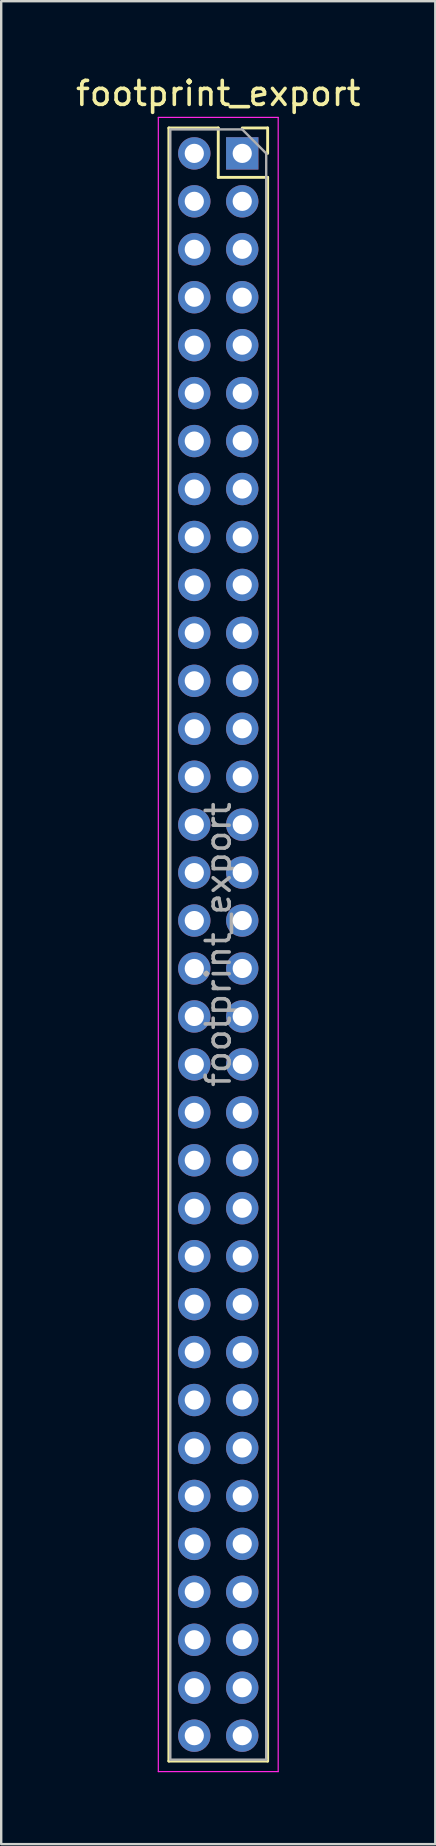
<source format=kicad_pcb>
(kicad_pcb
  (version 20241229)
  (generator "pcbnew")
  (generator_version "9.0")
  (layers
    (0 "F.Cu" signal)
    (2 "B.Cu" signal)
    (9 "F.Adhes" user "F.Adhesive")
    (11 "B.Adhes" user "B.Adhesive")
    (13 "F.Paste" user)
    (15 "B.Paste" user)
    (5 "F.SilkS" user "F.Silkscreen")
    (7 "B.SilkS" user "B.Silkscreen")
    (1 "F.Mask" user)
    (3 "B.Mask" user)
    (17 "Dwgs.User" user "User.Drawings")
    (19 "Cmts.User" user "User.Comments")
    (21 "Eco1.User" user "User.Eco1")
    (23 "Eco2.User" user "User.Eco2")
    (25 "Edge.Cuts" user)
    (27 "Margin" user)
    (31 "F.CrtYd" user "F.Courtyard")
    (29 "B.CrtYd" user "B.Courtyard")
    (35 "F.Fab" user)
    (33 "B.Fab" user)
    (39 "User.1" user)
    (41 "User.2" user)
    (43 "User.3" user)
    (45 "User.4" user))
  (footprint "footprint_export"
    (layer "F.Cu")
    (at 7.054 3.348)
    (property "Reference" "footprint_export" (at -1 -2.5 0) (layer "F.SilkS") (effects (font (size 1 1) (thickness 0.15))))
    (attr through_hole)
    (fp_line (start -3.06 -1.06) (end -3.06 67.06) (stroke (width 0.12) (type solid)) (layer "F.SilkS"))
    (fp_line (start -3.06 -1.06) (end -1 -1.06) (stroke (width 0.12) (type solid)) (layer "F.SilkS"))
    (fp_line (start -3.06 67.06) (end 1.06 67.06) (stroke (width 0.12) (type solid)) (layer "F.SilkS"))
    (fp_line (start -1 -1.06) (end -1 1) (stroke (width 0.12) (type solid)) (layer "F.SilkS"))
    (fp_line (start -1 1) (end 1.06 1) (stroke (width 0.12) (type solid)) (layer "F.SilkS"))
    (fp_line (start 0 -1.06) (end 1.06 -1.06) (stroke (width 0.12) (type solid)) (layer "F.SilkS"))
    (fp_line (start 1.06 -1.06) (end 1.06 0) (stroke (width 0.12) (type solid)) (layer "F.SilkS"))
    (fp_line (start 1.06 1) (end 1.06 67.06) (stroke (width 0.12) (type solid)) (layer "F.SilkS"))
    (fp_line (start -3.5 -1.5) (end 1.5 -1.5) (stroke (width 0.05) (type solid)) (layer "F.CrtYd"))
    (fp_line (start -3.5 67.5) (end -3.5 -1.5) (stroke (width 0.05) (type solid)) (layer "F.CrtYd"))
    (fp_line (start 1.5 -1.5) (end 1.5 67.5) (stroke (width 0.05) (type solid)) (layer "F.CrtYd"))
    (fp_line (start 1.5 67.5) (end -3.5 67.5) (stroke (width 0.05) (type solid)) (layer "F.CrtYd"))
    (fp_line (start -3 -1) (end 0 -1) (stroke (width 0.1) (type solid)) (layer "F.Fab"))
    (fp_line (start -3 67) (end -3 -1) (stroke (width 0.1) (type solid)) (layer "F.Fab"))
    (fp_line (start 0 -1) (end 1 0) (stroke (width 0.1) (type solid)) (layer "F.Fab"))
    (fp_line (start 1 0) (end 1 67) (stroke (width 0.1) (type solid)) (layer "F.Fab"))
    (fp_line (start 1 67) (end -3 67) (stroke (width 0.1) (type solid)) (layer "F.Fab"))
    (fp_text user "${REFERENCE}" (at -1 33 90) (layer "F.Fab") (effects (font (size 1 1) (thickness 0.15))))
    (pad "1" thru_hole rect (at 0 0) (size 1.35 1.35) (drill 0.8) (layers "*.Cu" "*.Mask"))
    (pad "2" thru_hole oval (at -2 0) (size 1.35 1.35) (drill 0.8) (layers "*.Cu" "*.Mask"))
    (pad "3" thru_hole oval (at 0 2) (size 1.35 1.35) (drill 0.8) (layers "*.Cu" "*.Mask"))
    (pad "4" thru_hole oval (at -2 2) (size 1.35 1.35) (drill 0.8) (layers "*.Cu" "*.Mask"))
    (pad "5" thru_hole oval (at 0 4) (size 1.35 1.35) (drill 0.8) (layers "*.Cu" "*.Mask"))
    (pad "6" thru_hole oval (at -2 4) (size 1.35 1.35) (drill 0.8) (layers "*.Cu" "*.Mask"))
    (pad "7" thru_hole oval (at 0 6) (size 1.35 1.35) (drill 0.8) (layers "*.Cu" "*.Mask"))
    (pad "8" thru_hole oval (at -2 6) (size 1.35 1.35) (drill 0.8) (layers "*.Cu" "*.Mask"))
    (pad "9" thru_hole oval (at 0 8) (size 1.35 1.35) (drill 0.8) (layers "*.Cu" "*.Mask"))
    (pad "10" thru_hole oval (at -2 8) (size 1.35 1.35) (drill 0.8) (layers "*.Cu" "*.Mask"))
    (pad "11" thru_hole oval (at 0 10) (size 1.35 1.35) (drill 0.8) (layers "*.Cu" "*.Mask"))
    (pad "12" thru_hole oval (at -2 10) (size 1.35 1.35) (drill 0.8) (layers "*.Cu" "*.Mask"))
    (pad "13" thru_hole oval (at 0 12) (size 1.35 1.35) (drill 0.8) (layers "*.Cu" "*.Mask"))
    (pad "14" thru_hole oval (at -2 12) (size 1.35 1.35) (drill 0.8) (layers "*.Cu" "*.Mask"))
    (pad "15" thru_hole oval (at 0 14) (size 1.35 1.35) (drill 0.8) (layers "*.Cu" "*.Mask"))
    (pad "16" thru_hole oval (at -2 14) (size 1.35 1.35) (drill 0.8) (layers "*.Cu" "*.Mask"))
    (pad "17" thru_hole oval (at 0 16) (size 1.35 1.35) (drill 0.8) (layers "*.Cu" "*.Mask"))
    (pad "18" thru_hole oval (at -2 16) (size 1.35 1.35) (drill 0.8) (layers "*.Cu" "*.Mask"))
    (pad "19" thru_hole oval (at 0 18) (size 1.35 1.35) (drill 0.8) (layers "*.Cu" "*.Mask"))
    (pad "20" thru_hole oval (at -2 18) (size 1.35 1.35) (drill 0.8) (layers "*.Cu" "*.Mask"))
    (pad "21" thru_hole oval (at 0 20) (size 1.35 1.35) (drill 0.8) (layers "*.Cu" "*.Mask"))
    (pad "22" thru_hole oval (at -2 20) (size 1.35 1.35) (drill 0.8) (layers "*.Cu" "*.Mask"))
    (pad "23" thru_hole oval (at 0 22) (size 1.35 1.35) (drill 0.8) (layers "*.Cu" "*.Mask"))
    (pad "24" thru_hole oval (at -2 22) (size 1.35 1.35) (drill 0.8) (layers "*.Cu" "*.Mask"))
    (pad "25" thru_hole oval (at 0 24) (size 1.35 1.35) (drill 0.8) (layers "*.Cu" "*.Mask"))
    (pad "26" thru_hole oval (at -2 24) (size 1.35 1.35) (drill 0.8) (layers "*.Cu" "*.Mask"))
    (pad "27" thru_hole oval (at 0 26) (size 1.35 1.35) (drill 0.8) (layers "*.Cu" "*.Mask"))
    (pad "28" thru_hole oval (at -2 26) (size 1.35 1.35) (drill 0.8) (layers "*.Cu" "*.Mask"))
    (pad "29" thru_hole oval (at 0 28) (size 1.35 1.35) (drill 0.8) (layers "*.Cu" "*.Mask"))
    (pad "30" thru_hole oval (at -2 28) (size 1.35 1.35) (drill 0.8) (layers "*.Cu" "*.Mask"))
    (pad "31" thru_hole oval (at 0 30) (size 1.35 1.35) (drill 0.8) (layers "*.Cu" "*.Mask"))
    (pad "32" thru_hole oval (at -2 30) (size 1.35 1.35) (drill 0.8) (layers "*.Cu" "*.Mask"))
    (pad "33" thru_hole oval (at 0 32) (size 1.35 1.35) (drill 0.8) (layers "*.Cu" "*.Mask"))
    (pad "34" thru_hole oval (at -2 32) (size 1.35 1.35) (drill 0.8) (layers "*.Cu" "*.Mask"))
    (pad "35" thru_hole oval (at 0 34) (size 1.35 1.35) (drill 0.8) (layers "*.Cu" "*.Mask"))
    (pad "36" thru_hole oval (at -2 34) (size 1.35 1.35) (drill 0.8) (layers "*.Cu" "*.Mask"))
    (pad "37" thru_hole oval (at 0 36) (size 1.35 1.35) (drill 0.8) (layers "*.Cu" "*.Mask"))
    (pad "38" thru_hole oval (at -2 36) (size 1.35 1.35) (drill 0.8) (layers "*.Cu" "*.Mask"))
    (pad "39" thru_hole oval (at 0 38) (size 1.35 1.35) (drill 0.8) (layers "*.Cu" "*.Mask"))
    (pad "40" thru_hole oval (at -2 38) (size 1.35 1.35) (drill 0.8) (layers "*.Cu" "*.Mask"))
    (pad "41" thru_hole oval (at 0 40) (size 1.35 1.35) (drill 0.8) (layers "*.Cu" "*.Mask"))
    (pad "42" thru_hole oval (at -2 40) (size 1.35 1.35) (drill 0.8) (layers "*.Cu" "*.Mask"))
    (pad "43" thru_hole oval (at 0 42) (size 1.35 1.35) (drill 0.8) (layers "*.Cu" "*.Mask"))
    (pad "44" thru_hole oval (at -2 42) (size 1.35 1.35) (drill 0.8) (layers "*.Cu" "*.Mask"))
    (pad "45" thru_hole oval (at 0 44) (size 1.35 1.35) (drill 0.8) (layers "*.Cu" "*.Mask"))
    (pad "46" thru_hole oval (at -2 44) (size 1.35 1.35) (drill 0.8) (layers "*.Cu" "*.Mask"))
    (pad "47" thru_hole oval (at 0 46) (size 1.35 1.35) (drill 0.8) (layers "*.Cu" "*.Mask"))
    (pad "48" thru_hole oval (at -2 46) (size 1.35 1.35) (drill 0.8) (layers "*.Cu" "*.Mask"))
    (pad "49" thru_hole oval (at 0 48) (size 1.35 1.35) (drill 0.8) (layers "*.Cu" "*.Mask"))
    (pad "50" thru_hole oval (at -2 48) (size 1.35 1.35) (drill 0.8) (layers "*.Cu" "*.Mask"))
    (pad "51" thru_hole oval (at 0 50) (size 1.35 1.35) (drill 0.8) (layers "*.Cu" "*.Mask"))
    (pad "52" thru_hole oval (at -2 50) (size 1.35 1.35) (drill 0.8) (layers "*.Cu" "*.Mask"))
    (pad "53" thru_hole oval (at 0 52) (size 1.35 1.35) (drill 0.8) (layers "*.Cu" "*.Mask"))
    (pad "54" thru_hole oval (at -2 52) (size 1.35 1.35) (drill 0.8) (layers "*.Cu" "*.Mask"))
    (pad "55" thru_hole oval (at 0 54) (size 1.35 1.35) (drill 0.8) (layers "*.Cu" "*.Mask"))
    (pad "56" thru_hole oval (at -2 54) (size 1.35 1.35) (drill 0.8) (layers "*.Cu" "*.Mask"))
    (pad "57" thru_hole oval (at 0 56) (size 1.35 1.35) (drill 0.8) (layers "*.Cu" "*.Mask"))
    (pad "58" thru_hole oval (at -2 56) (size 1.35 1.35) (drill 0.8) (layers "*.Cu" "*.Mask"))
    (pad "59" thru_hole oval (at 0 58) (size 1.35 1.35) (drill 0.8) (layers "*.Cu" "*.Mask"))
    (pad "60" thru_hole oval (at -2 58) (size 1.35 1.35) (drill 0.8) (layers "*.Cu" "*.Mask"))
    (pad "61" thru_hole oval (at 0 60) (size 1.35 1.35) (drill 0.8) (layers "*.Cu" "*.Mask"))
    (pad "62" thru_hole oval (at -2 60) (size 1.35 1.35) (drill 0.8) (layers "*.Cu" "*.Mask"))
    (pad "63" thru_hole oval (at 0 62) (size 1.35 1.35) (drill 0.8) (layers "*.Cu" "*.Mask"))
    (pad "64" thru_hole oval (at -2 62) (size 1.35 1.35) (drill 0.8) (layers "*.Cu" "*.Mask"))
    (pad "65" thru_hole oval (at 0 64) (size 1.35 1.35) (drill 0.8) (layers "*.Cu" "*.Mask"))
    (pad "66" thru_hole oval (at -2 64) (size 1.35 1.35) (drill 0.8) (layers "*.Cu" "*.Mask"))
    (pad "67" thru_hole oval (at 0 66) (size 1.35 1.35) (drill 0.8) (layers "*.Cu" "*.Mask"))
    (pad "68" thru_hole oval (at -2 66) (size 1.35 1.35) (drill 0.8) (layers "*.Cu" "*.Mask")))
  (gr_rect
    (start -3 -3)
    (end 15.107 73.873)
    (stroke (width 0.1) (type default))
    (fill no)
    (layer "Edge.Cuts")))
</source>
